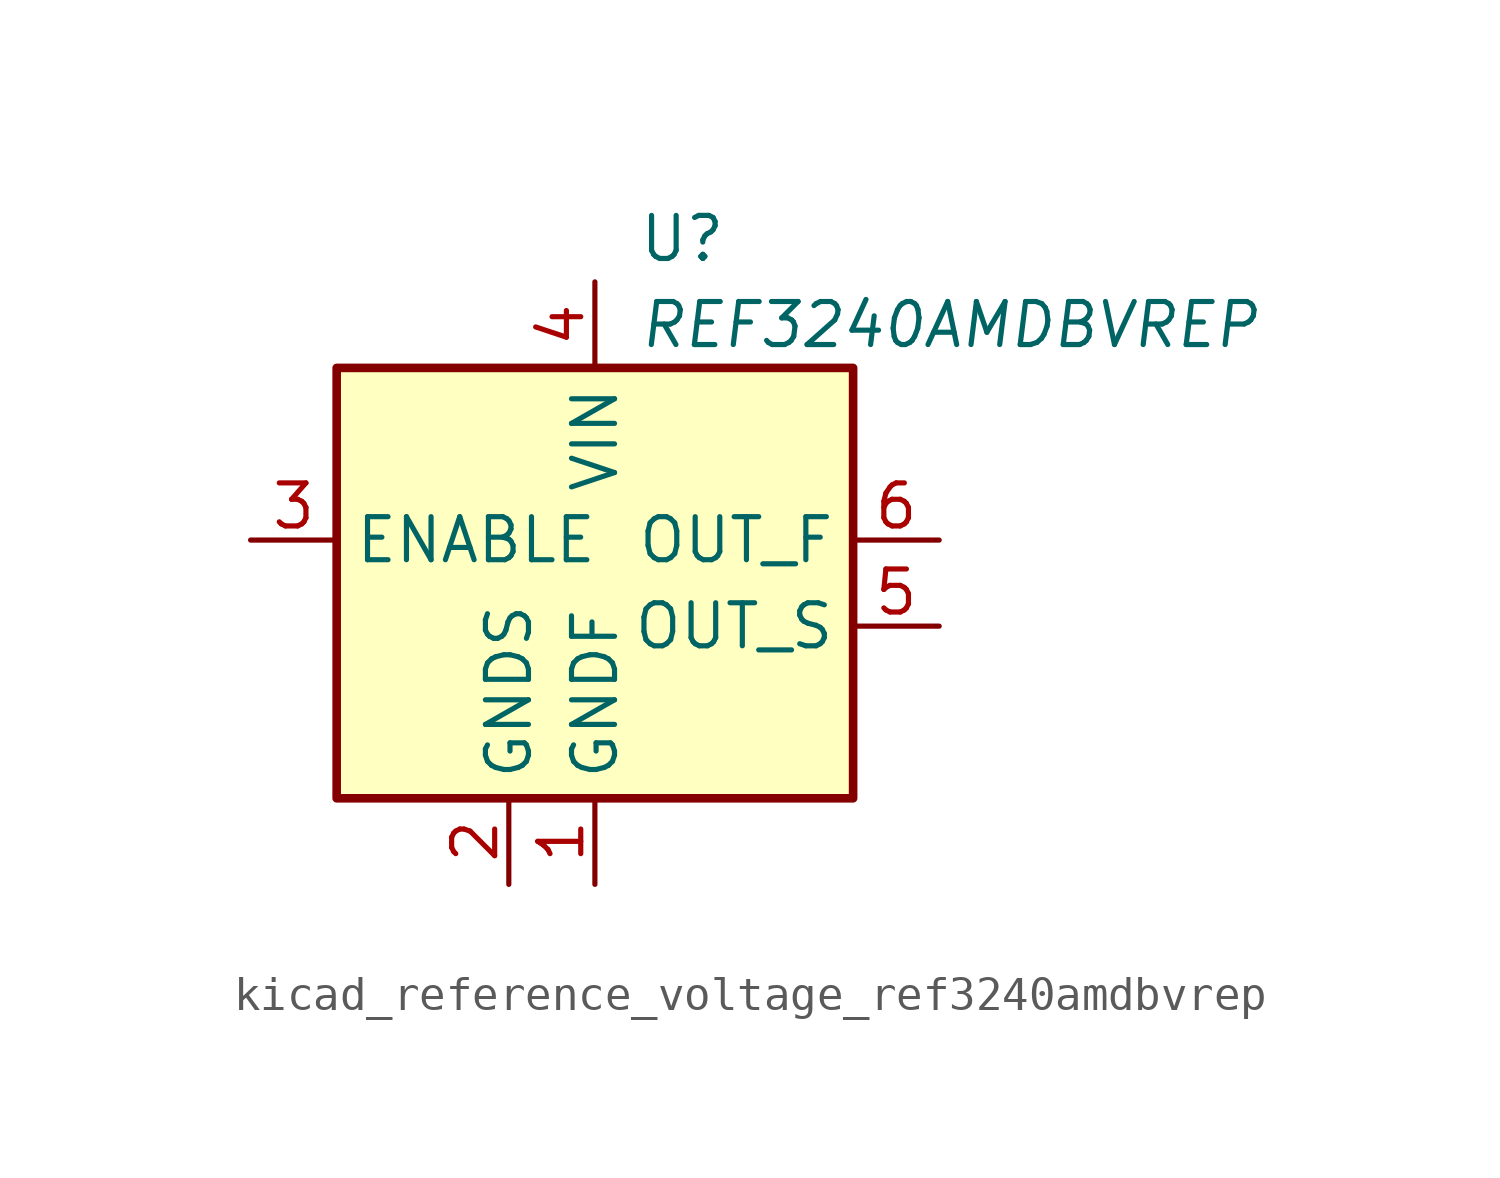
<source format=kicad_sym>
(kicad_symbol_lib
  (version 20220914)
  (generator kicad_symbol_editor)
  (symbol "kicad_reference_voltage_ref3240amdbvrep"
    (property "Reference" "U"
      (at 1.27 8.89 0)
      (effects (font (size 1.27 1.27)) (justify left)))
    (property "Value" "REF3240AMDBVREP"
      (at 1.27 6.35 0)
      (effects (font (size 1.27 1.27) italic) (justify left)))
    (symbol "kicad_reference_voltage_ref3240amdbvrep_0_1"
      (rectangle (start -7.62 5.08) (end 7.62 -7.62) (stroke (width 0.254) (type default)) (fill (type background))))
    (symbol "kicad_reference_voltage_ref3240amdbvrep_1_1"
      (pin power_in line (at 0 -10.16 90) (length 2.54) (name "GNDF" (effects (font (size 1.27 1.27)))) (number "1" (effects (font (size 1.27 1.27)))))
      (pin input line (at -2.54 -10.16 90) (length 2.54) (name "GNDS" (effects (font (size 1.27 1.27)))) (number "2" (effects (font (size 1.27 1.27)))))
      (pin input line (at -10.16 0 0) (length 2.54) (name "ENABLE" (effects (font (size 1.27 1.27)))) (number "3" (effects (font (size 1.27 1.27)))))
      (pin power_in line (at 0 7.62 270) (length 2.54) (name "VIN" (effects (font (size 1.27 1.27)))) (number "4" (effects (font (size 1.27 1.27)))))
      (pin input line (at 10.16 -2.54 180) (length 2.54) (name "OUT_S" (effects (font (size 1.27 1.27)))) (number "5" (effects (font (size 1.27 1.27)))))
      (pin output line (at 10.16 0 180) (length 2.54) (name "OUT_F" (effects (font (size 1.27 1.27)))) (number "6" (effects (font (size 1.27 1.27))))))))
</source>
